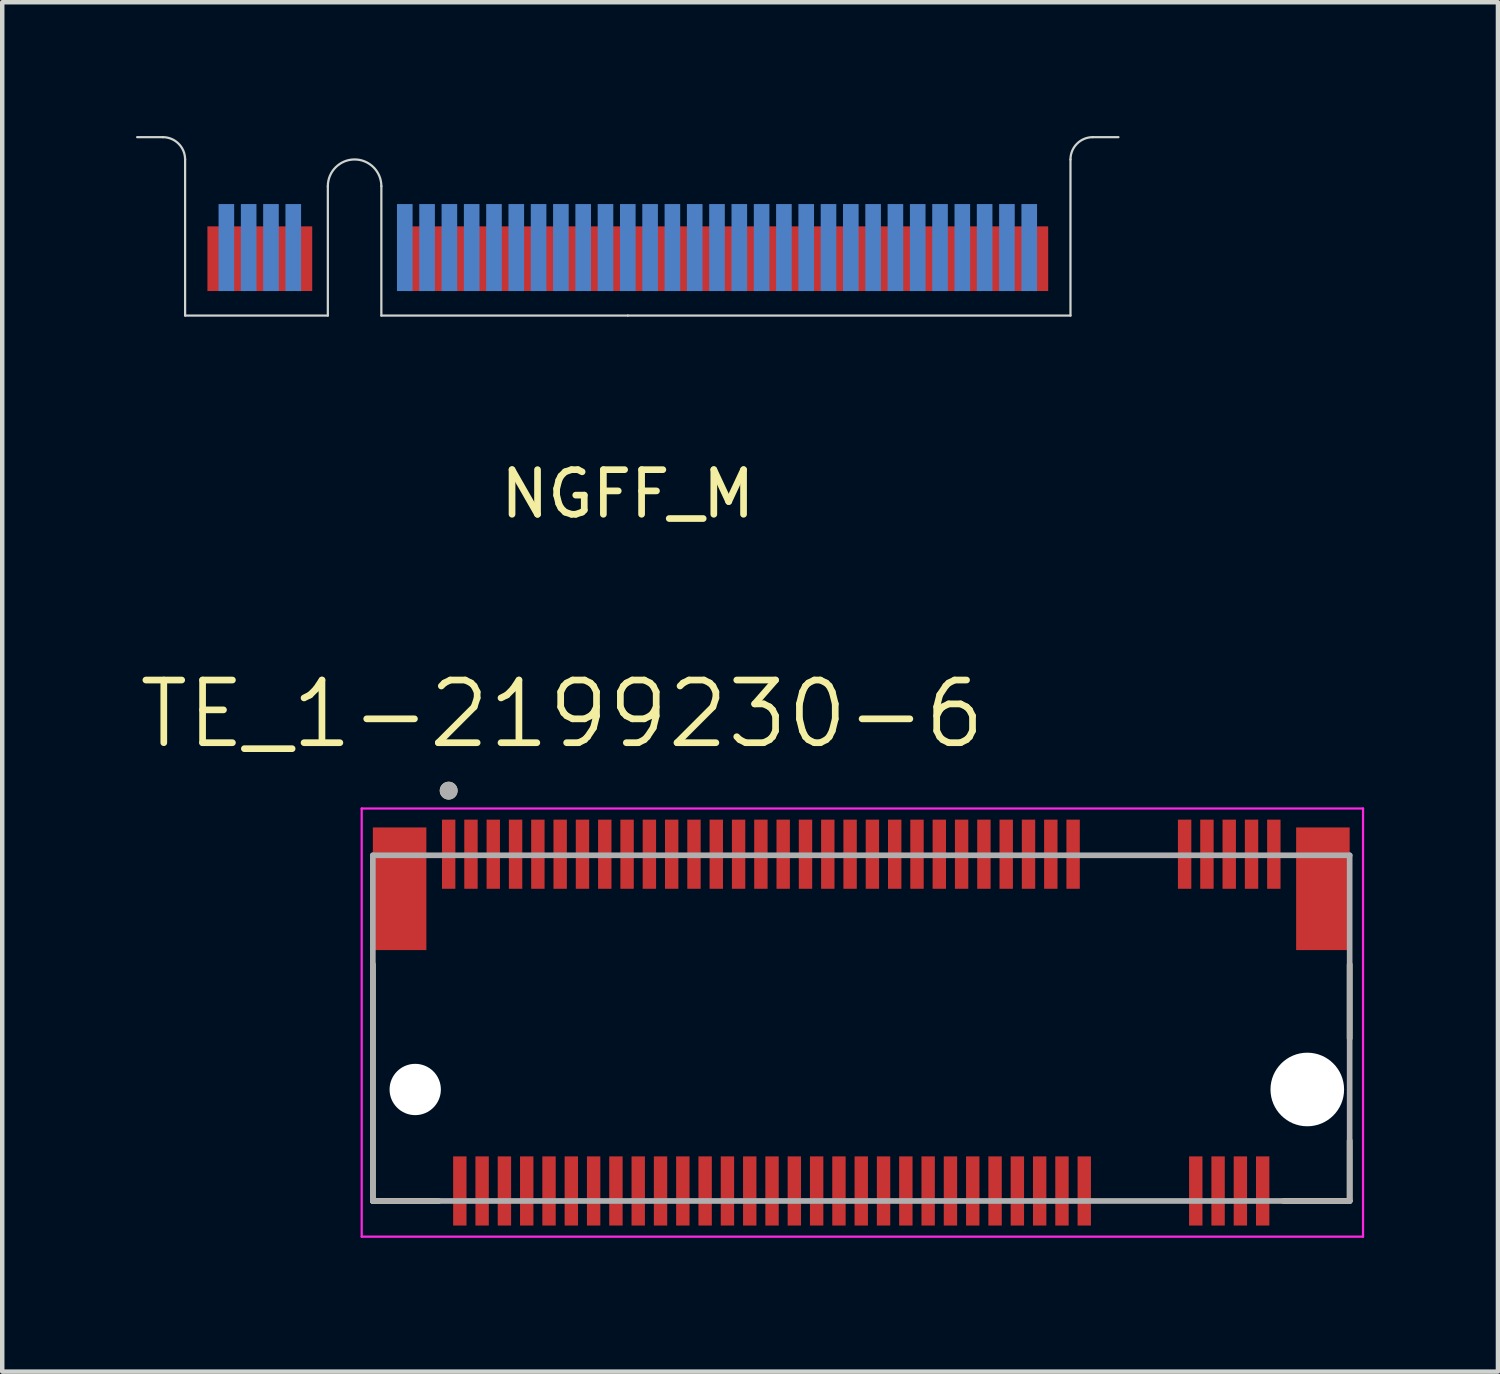
<source format=kicad_pcb>
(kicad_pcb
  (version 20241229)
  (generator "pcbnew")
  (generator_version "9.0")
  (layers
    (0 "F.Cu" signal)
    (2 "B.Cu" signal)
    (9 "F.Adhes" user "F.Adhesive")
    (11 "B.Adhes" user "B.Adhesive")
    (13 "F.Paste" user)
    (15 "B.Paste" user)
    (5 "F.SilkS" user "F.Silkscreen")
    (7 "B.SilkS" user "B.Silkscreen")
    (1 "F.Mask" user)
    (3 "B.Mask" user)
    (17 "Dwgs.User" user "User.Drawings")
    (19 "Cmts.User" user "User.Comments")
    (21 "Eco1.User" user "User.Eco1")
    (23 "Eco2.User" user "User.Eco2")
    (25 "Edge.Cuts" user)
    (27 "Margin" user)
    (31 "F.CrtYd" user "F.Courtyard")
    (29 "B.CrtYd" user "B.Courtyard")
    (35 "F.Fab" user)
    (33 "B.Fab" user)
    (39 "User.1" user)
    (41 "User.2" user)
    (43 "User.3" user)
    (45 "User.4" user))
  (footprint "NGFF_M"
    (layer "F.Cu")
    (at 11.025 4.025)
    (property "Reference" "NGFF_M" (at 0 4 0) (layer "F.SilkS") (effects (font (size 1 1) (thickness 0.15))))
    (attr through_hole)
    (fp_poly (pts (xy -9.925 0) (xy -6.725 0) (xy -6.725 -2) (xy -9.925 -2)) (stroke (width 0.1) (type solid)) (fill yes) (layer "F.Mask"))
    (fp_poly (pts (xy -5.525 0) (xy 9.925 0) (xy 9.925 -2) (xy -5.525 -2)) (stroke (width 0.1) (type solid)) (fill yes) (layer "F.Mask"))
    (fp_poly (pts (xy -9.925 0) (xy -6.725 0) (xy -6.725 -2.5) (xy -9.925 -2.5)) (stroke (width 0.1) (type solid)) (fill yes) (layer "B.Mask"))
    (fp_poly (pts (xy -5.525 0) (xy 9.925 0) (xy 9.925 -2.5) (xy -5.525 -2.5)) (stroke (width 0.1) (type solid)) (fill yes) (layer "B.Mask"))
    (fp_line (start -11 -4) (end -10.425 -4) (stroke (width 0.05) (type solid)) (layer "Edge.Cuts"))
    (fp_line (start -9.925 -3.5) (end -9.925 0) (stroke (width 0.05) (type solid)) (layer "Edge.Cuts"))
    (fp_line (start -9.925 0) (end -6.725 0) (stroke (width 0.05) (type solid)) (layer "Edge.Cuts"))
    (fp_line (start -6.725 0) (end -6.725 -2.9) (stroke (width 0.05) (type solid)) (layer "Edge.Cuts"))
    (fp_line (start -5.525 -2.9) (end -5.525 0) (stroke (width 0.05) (type solid)) (layer "Edge.Cuts"))
    (fp_line (start -5.525 0) (end 0 0) (stroke (width 0.05) (type solid)) (layer "Edge.Cuts"))
    (fp_line (start 0 0) (end 9.925 0) (stroke (width 0.05) (type solid)) (layer "Edge.Cuts"))
    (fp_line (start 9.925 0) (end 9.925 -3.5) (stroke (width 0.05) (type solid)) (layer "Edge.Cuts"))
    (fp_line (start 10.425 -4) (end 11 -4) (stroke (width 0.05) (type solid)) (layer "Edge.Cuts"))
    (fp_arc (start -10.425 -4) (mid -10.071447 -3.853553) (end -9.925 -3.5) (stroke (width 0.05) (type solid)) (layer "Edge.Cuts"))
    (fp_arc (start -6.725 -2.9) (mid -6.125 -3.5) (end -5.525 -2.9) (stroke (width 0.05) (type solid)) (layer "Edge.Cuts"))
    (fp_arc (start 9.925 -3.5) (mid 10.071447 -3.853553) (end 10.425 -4) (stroke (width 0.05) (type solid)) (layer "Edge.Cuts"))
    (pad "1" smd rect (at 9.25 -1.275) (size 0.35 1.45) (layers "F.Cu"))
    (pad "2" smd rect (at 9 -1.525) (size 0.35 1.95) (layers "B.Cu"))
    (pad "3" smd rect (at 8.75 -1.275) (size 0.35 1.45) (layers "F.Cu"))
    (pad "4" smd rect (at 8.5 -1.525) (size 0.35 1.95) (layers "B.Cu"))
    (pad "5" smd rect (at 8.25 -1.275) (size 0.35 1.45) (layers "F.Cu"))
    (pad "6" smd rect (at 8 -1.525) (size 0.35 1.95) (layers "B.Cu"))
    (pad "7" smd rect (at 7.75 -1.275) (size 0.35 1.45) (layers "F.Cu"))
    (pad "8" smd rect (at 7.5 -1.525) (size 0.35 1.95) (layers "B.Cu"))
    (pad "9" smd rect (at 7.25 -1.275) (size 0.35 1.45) (layers "F.Cu"))
    (pad "10" smd rect (at 7 -1.525) (size 0.35 1.95) (layers "B.Cu"))
    (pad "11" smd rect (at 6.75 -1.275) (size 0.35 1.45) (layers "F.Cu"))
    (pad "12" smd rect (at 6.5 -1.525) (size 0.35 1.95) (layers "B.Cu"))
    (pad "13" smd rect (at 6.25 -1.275) (size 0.35 1.45) (layers "F.Cu"))
    (pad "14" smd rect (at 6 -1.525) (size 0.35 1.95) (layers "B.Cu"))
    (pad "15" smd rect (at 5.75 -1.275) (size 0.35 1.45) (layers "F.Cu"))
    (pad "16" smd rect (at 5.5 -1.525) (size 0.35 1.95) (layers "B.Cu"))
    (pad "17" smd rect (at 5.25 -1.275) (size 0.35 1.45) (layers "F.Cu"))
    (pad "18" smd rect (at 5 -1.525) (size 0.35 1.95) (layers "B.Cu"))
    (pad "19" smd rect (at 4.75 -1.275) (size 0.35 1.45) (layers "F.Cu"))
    (pad "20" smd rect (at 4.5 -1.525) (size 0.35 1.95) (layers "B.Cu"))
    (pad "21" smd rect (at 4.25 -1.275) (size 0.35 1.45) (layers "F.Cu"))
    (pad "22" smd rect (at 4 -1.525) (size 0.35 1.95) (layers "B.Cu"))
    (pad "23" smd rect (at 3.75 -1.275) (size 0.35 1.45) (layers "F.Cu"))
    (pad "24" smd rect (at 3.5 -1.525) (size 0.35 1.95) (layers "B.Cu"))
    (pad "25" smd rect (at 3.25 -1.275) (size 0.35 1.45) (layers "F.Cu"))
    (pad "26" smd rect (at 3 -1.525) (size 0.35 1.95) (layers "B.Cu"))
    (pad "27" smd rect (at 2.75 -1.275) (size 0.35 1.45) (layers "F.Cu"))
    (pad "28" smd rect (at 2.5 -1.525) (size 0.35 1.95) (layers "B.Cu"))
    (pad "29" smd rect (at 2.25 -1.275) (size 0.35 1.45) (layers "F.Cu"))
    (pad "30" smd rect (at 2 -1.525) (size 0.35 1.95) (layers "B.Cu"))
    (pad "31" smd rect (at 1.75 -1.275) (size 0.35 1.45) (layers "F.Cu"))
    (pad "32" smd rect (at 1.5 -1.525) (size 0.35 1.95) (layers "B.Cu"))
    (pad "33" smd rect (at 1.25 -1.275) (size 0.35 1.45) (layers "F.Cu"))
    (pad "34" smd rect (at 1 -1.525) (size 0.35 1.95) (layers "B.Cu"))
    (pad "35" smd rect (at 0.75 -1.275) (size 0.35 1.45) (layers "F.Cu"))
    (pad "36" smd rect (at 0.5 -1.525) (size 0.35 1.95) (layers "B.Cu"))
    (pad "37" smd rect (at 0.25 -1.275) (size 0.35 1.45) (layers "F.Cu"))
    (pad "38" smd rect (at 0 -1.525) (size 0.35 1.95) (layers "B.Cu"))
    (pad "39" smd rect (at -0.25 -1.275) (size 0.35 1.45) (layers "F.Cu"))
    (pad "40" smd rect (at -0.5 -1.525) (size 0.35 1.95) (layers "B.Cu"))
    (pad "41" smd rect (at -0.75 -1.275) (size 0.35 1.45) (layers "F.Cu"))
    (pad "42" smd rect (at -1 -1.525) (size 0.35 1.95) (layers "B.Cu"))
    (pad "43" smd rect (at -1.25 -1.275) (size 0.35 1.45) (layers "F.Cu"))
    (pad "44" smd rect (at -1.5 -1.525) (size 0.35 1.95) (layers "B.Cu"))
    (pad "45" smd rect (at -1.75 -1.275) (size 0.35 1.45) (layers "F.Cu"))
    (pad "46" smd rect (at -2 -1.525) (size 0.35 1.95) (layers "B.Cu"))
    (pad "47" smd rect (at -2.25 -1.275) (size 0.35 1.45) (layers "F.Cu"))
    (pad "48" smd rect (at -2.5 -1.525) (size 0.35 1.95) (layers "B.Cu"))
    (pad "49" smd rect (at -2.75 -1.275) (size 0.35 1.45) (layers "F.Cu"))
    (pad "50" smd rect (at -3 -1.525) (size 0.35 1.95) (layers "B.Cu"))
    (pad "51" smd rect (at -3.25 -1.275) (size 0.35 1.45) (layers "F.Cu"))
    (pad "52" smd rect (at -3.5 -1.525) (size 0.35 1.95) (layers "B.Cu"))
    (pad "53" smd rect (at -3.75 -1.275) (size 0.35 1.45) (layers "F.Cu"))
    (pad "54" smd rect (at -4 -1.525) (size 0.35 1.95) (layers "B.Cu"))
    (pad "55" smd rect (at -4.25 -1.275) (size 0.35 1.45) (layers "F.Cu"))
    (pad "56" smd rect (at -4.5 -1.525) (size 0.35 1.95) (layers "B.Cu"))
    (pad "57" smd rect (at -4.75 -1.275) (size 0.35 1.45) (layers "F.Cu"))
    (pad "58" smd rect (at -5 -1.525) (size 0.35 1.95) (layers "B.Cu"))
    (pad "67" smd rect (at -7.25 -1.275) (size 0.35 1.45) (layers "F.Cu"))
    (pad "68" smd rect (at -7.5 -1.525) (size 0.35 1.95) (layers "B.Cu"))
    (pad "69" smd rect (at -7.75 -1.275) (size 0.35 1.45) (layers "F.Cu"))
    (pad "70" smd rect (at -8 -1.525) (size 0.35 1.95) (layers "B.Cu"))
    (pad "71" smd rect (at -8.25 -1.275) (size 0.35 1.45) (layers "F.Cu"))
    (pad "72" smd rect (at -8.5 -1.525) (size 0.35 1.95) (layers "B.Cu"))
    (pad "73" smd rect (at -8.75 -1.275) (size 0.35 1.45) (layers "F.Cu"))
    (pad "74" smd rect (at -9 -1.525) (size 0.35 1.95) (layers "B.Cu"))
    (pad "75" smd rect (at -9.25 -1.275) (size 0.35 1.45) (layers "F.Cu")))
  (footprint "TE_1-2199230-6"
    (layer "F.Cu")
    (at 16.259 21.376)
    (property "Reference" "TE_1-2199230-6" (at -6.705 -8.417 0) (layer "F.SilkS") (effects (font (size 1.405 1.405) (thickness 0.15))))
    (attr smd)
    (fp_line (start -10.95 2.5) (end -10.95 -2.805) (stroke (width 0.127) (type solid)) (layer "F.SilkS"))
    (fp_line (start -9.47 2.5) (end -10.95 2.5) (stroke (width 0.127) (type solid)) (layer "F.SilkS"))
    (fp_line (start 10.95 -2.805) (end 10.95 -1.145) (stroke (width 0.127) (type solid)) (layer "F.SilkS"))
    (fp_line (start 10.95 2.5) (end 9.47 2.5) (stroke (width 0.127) (type solid)) (layer "F.SilkS"))
    (fp_line (start 10.95 2.5) (end 10.95 1.145) (stroke (width 0.127) (type solid)) (layer "F.SilkS"))
    (fp_circle (center -9.25 -6.7) (end -9.15 -6.7) (stroke (width 0.2) (type solid)) (fill no) (layer "F.SilkS"))
    (fp_line (start -11.2 -6.3) (end -11.2 3.3) (stroke (width 0.05) (type solid)) (layer "F.CrtYd"))
    (fp_line (start -11.2 3.3) (end 11.25 3.3) (stroke (width 0.05) (type solid)) (layer "F.CrtYd"))
    (fp_line (start 11.25 -6.3) (end -11.2 -6.3) (stroke (width 0.05) (type solid)) (layer "F.CrtYd"))
    (fp_line (start 11.25 3.3) (end 11.25 -6.3) (stroke (width 0.05) (type solid)) (layer "F.CrtYd"))
    (fp_line (start -10.95 -5.25) (end 10.95 -5.25) (stroke (width 0.127) (type solid)) (layer "F.Fab"))
    (fp_line (start -10.95 2.5) (end -10.95 -5.25) (stroke (width 0.127) (type solid)) (layer "F.Fab"))
    (fp_line (start 10.95 -5.25) (end 10.95 2.5) (stroke (width 0.127) (type solid)) (layer "F.Fab"))
    (fp_line (start 10.95 2.5) (end -10.95 2.5) (stroke (width 0.127) (type solid)) (layer "F.Fab"))
    (fp_circle (center -9.25 -6.7) (end -9.15 -6.7) (stroke (width 0.2) (type solid)) (fill no) (layer "F.Fab"))
    (pad "" np_thru_hole circle (at -10 0) (size 1.15 1.15) (drill 1.15) (layers "*.Cu" "*.Mask"))
    (pad "" np_thru_hole circle (at 10 0) (size 1.65 1.65) (drill 1.65) (layers "*.Cu" "*.Mask"))
    (pad "1" smd rect (at -9.25 -5.275) (size 0.3 1.55) (layers "F.Cu" "F.Mask" "F.Paste"))
    (pad "2" smd rect (at -9 2.275) (size 0.3 1.55) (layers "F.Cu" "F.Mask" "F.Paste"))
    (pad "3" smd rect (at -8.75 -5.275) (size 0.3 1.55) (layers "F.Cu" "F.Mask" "F.Paste"))
    (pad "4" smd rect (at -8.5 2.275) (size 0.3 1.55) (layers "F.Cu" "F.Mask" "F.Paste"))
    (pad "5" smd rect (at -8.25 -5.275) (size 0.3 1.55) (layers "F.Cu" "F.Mask" "F.Paste"))
    (pad "6" smd rect (at -8 2.275) (size 0.3 1.55) (layers "F.Cu" "F.Mask" "F.Paste"))
    (pad "7" smd rect (at -7.75 -5.275) (size 0.3 1.55) (layers "F.Cu" "F.Mask" "F.Paste"))
    (pad "8" smd rect (at -7.5 2.275) (size 0.3 1.55) (layers "F.Cu" "F.Mask" "F.Paste"))
    (pad "9" smd rect (at -7.25 -5.275) (size 0.3 1.55) (layers "F.Cu" "F.Mask" "F.Paste"))
    (pad "10" smd rect (at -7 2.275) (size 0.3 1.55) (layers "F.Cu" "F.Mask" "F.Paste"))
    (pad "11" smd rect (at -6.75 -5.275) (size 0.3 1.55) (layers "F.Cu" "F.Mask" "F.Paste"))
    (pad "12" smd rect (at -6.5 2.275) (size 0.3 1.55) (layers "F.Cu" "F.Mask" "F.Paste"))
    (pad "13" smd rect (at -6.25 -5.275) (size 0.3 1.55) (layers "F.Cu" "F.Mask" "F.Paste"))
    (pad "14" smd rect (at -6 2.275) (size 0.3 1.55) (layers "F.Cu" "F.Mask" "F.Paste"))
    (pad "15" smd rect (at -5.75 -5.275) (size 0.3 1.55) (layers "F.Cu" "F.Mask" "F.Paste"))
    (pad "16" smd rect (at -5.5 2.275) (size 0.3 1.55) (layers "F.Cu" "F.Mask" "F.Paste"))
    (pad "17" smd rect (at -5.25 -5.275) (size 0.3 1.55) (layers "F.Cu" "F.Mask" "F.Paste"))
    (pad "18" smd rect (at -5 2.275) (size 0.3 1.55) (layers "F.Cu" "F.Mask" "F.Paste"))
    (pad "19" smd rect (at -4.75 -5.275) (size 0.3 1.55) (layers "F.Cu" "F.Mask" "F.Paste"))
    (pad "20" smd rect (at -4.5 2.275) (size 0.3 1.55) (layers "F.Cu" "F.Mask" "F.Paste"))
    (pad "21" smd rect (at -4.25 -5.275) (size 0.3 1.55) (layers "F.Cu" "F.Mask" "F.Paste"))
    (pad "22" smd rect (at -4 2.275) (size 0.3 1.55) (layers "F.Cu" "F.Mask" "F.Paste"))
    (pad "23" smd rect (at -3.75 -5.275) (size 0.3 1.55) (layers "F.Cu" "F.Mask" "F.Paste"))
    (pad "24" smd rect (at -3.5 2.275) (size 0.3 1.55) (layers "F.Cu" "F.Mask" "F.Paste"))
    (pad "25" smd rect (at -3.25 -5.275) (size 0.3 1.55) (layers "F.Cu" "F.Mask" "F.Paste"))
    (pad "26" smd rect (at -3 2.275) (size 0.3 1.55) (layers "F.Cu" "F.Mask" "F.Paste"))
    (pad "27" smd rect (at -2.75 -5.275) (size 0.3 1.55) (layers "F.Cu" "F.Mask" "F.Paste"))
    (pad "28" smd rect (at -2.5 2.275) (size 0.3 1.55) (layers "F.Cu" "F.Mask" "F.Paste"))
    (pad "29" smd rect (at -2.25 -5.275) (size 0.3 1.55) (layers "F.Cu" "F.Mask" "F.Paste"))
    (pad "30" smd rect (at -2 2.275) (size 0.3 1.55) (layers "F.Cu" "F.Mask" "F.Paste"))
    (pad "31" smd rect (at -1.75 -5.275) (size 0.3 1.55) (layers "F.Cu" "F.Mask" "F.Paste"))
    (pad "32" smd rect (at -1.5 2.275) (size 0.3 1.55) (layers "F.Cu" "F.Mask" "F.Paste"))
    (pad "33" smd rect (at -1.25 -5.275) (size 0.3 1.55) (layers "F.Cu" "F.Mask" "F.Paste"))
    (pad "34" smd rect (at -1 2.275) (size 0.3 1.55) (layers "F.Cu" "F.Mask" "F.Paste"))
    (pad "35" smd rect (at -0.75 -5.275) (size 0.3 1.55) (layers "F.Cu" "F.Mask" "F.Paste"))
    (pad "36" smd rect (at -0.5 2.275) (size 0.3 1.55) (layers "F.Cu" "F.Mask" "F.Paste"))
    (pad "37" smd rect (at -0.25 -5.275) (size 0.3 1.55) (layers "F.Cu" "F.Mask" "F.Paste"))
    (pad "38" smd rect (at 0 2.275) (size 0.3 1.55) (layers "F.Cu" "F.Mask" "F.Paste"))
    (pad "39" smd rect (at 0.25 -5.275) (size 0.3 1.55) (layers "F.Cu" "F.Mask" "F.Paste"))
    (pad "40" smd rect (at 0.5 2.275) (size 0.3 1.55) (layers "F.Cu" "F.Mask" "F.Paste"))
    (pad "41" smd rect (at 0.75 -5.275) (size 0.3 1.55) (layers "F.Cu" "F.Mask" "F.Paste"))
    (pad "42" smd rect (at 1 2.275) (size 0.3 1.55) (layers "F.Cu" "F.Mask" "F.Paste"))
    (pad "43" smd rect (at 1.25 -5.275) (size 0.3 1.55) (layers "F.Cu" "F.Mask" "F.Paste"))
    (pad "44" smd rect (at 1.5 2.275) (size 0.3 1.55) (layers "F.Cu" "F.Mask" "F.Paste"))
    (pad "45" smd rect (at 1.75 -5.275) (size 0.3 1.55) (layers "F.Cu" "F.Mask" "F.Paste"))
    (pad "46" smd rect (at 2 2.275) (size 0.3 1.55) (layers "F.Cu" "F.Mask" "F.Paste"))
    (pad "47" smd rect (at 2.25 -5.275) (size 0.3 1.55) (layers "F.Cu" "F.Mask" "F.Paste"))
    (pad "48" smd rect (at 2.5 2.275) (size 0.3 1.55) (layers "F.Cu" "F.Mask" "F.Paste"))
    (pad "49" smd rect (at 2.75 -5.275) (size 0.3 1.55) (layers "F.Cu" "F.Mask" "F.Paste"))
    (pad "50" smd rect (at 3 2.275) (size 0.3 1.55) (layers "F.Cu" "F.Mask" "F.Paste"))
    (pad "51" smd rect (at 3.25 -5.275) (size 0.3 1.55) (layers "F.Cu" "F.Mask" "F.Paste"))
    (pad "52" smd rect (at 3.5 2.275) (size 0.3 1.55) (layers "F.Cu" "F.Mask" "F.Paste"))
    (pad "53" smd rect (at 3.75 -5.275) (size 0.3 1.55) (layers "F.Cu" "F.Mask" "F.Paste"))
    (pad "54" smd rect (at 4 2.275) (size 0.3 1.55) (layers "F.Cu" "F.Mask" "F.Paste"))
    (pad "55" smd rect (at 4.25 -5.275) (size 0.3 1.55) (layers "F.Cu" "F.Mask" "F.Paste"))
    (pad "56" smd rect (at 4.5 2.275) (size 0.3 1.55) (layers "F.Cu" "F.Mask" "F.Paste"))
    (pad "57" smd rect (at 4.75 -5.275) (size 0.3 1.55) (layers "F.Cu" "F.Mask" "F.Paste"))
    (pad "58" smd rect (at 5 2.275) (size 0.3 1.55) (layers "F.Cu" "F.Mask" "F.Paste"))
    (pad "67" smd rect (at 7.25 -5.275) (size 0.3 1.55) (layers "F.Cu" "F.Mask" "F.Paste"))
    (pad "68" smd rect (at 7.5 2.275) (size 0.3 1.55) (layers "F.Cu" "F.Mask" "F.Paste"))
    (pad "69" smd rect (at 7.75 -5.275) (size 0.3 1.55) (layers "F.Cu" "F.Mask" "F.Paste"))
    (pad "70" smd rect (at 8 2.275) (size 0.3 1.55) (layers "F.Cu" "F.Mask" "F.Paste"))
    (pad "71" smd rect (at 8.25 -5.275) (size 0.3 1.55) (layers "F.Cu" "F.Mask" "F.Paste"))
    (pad "72" smd rect (at 8.5 2.275) (size 0.3 1.55) (layers "F.Cu" "F.Mask" "F.Paste"))
    (pad "73" smd rect (at 8.75 -5.275) (size 0.3 1.55) (layers "F.Cu" "F.Mask" "F.Paste"))
    (pad "74" smd rect (at 9 2.275) (size 0.3 1.55) (layers "F.Cu" "F.Mask" "F.Paste"))
    (pad "75" smd rect (at 9.25 -5.275) (size 0.3 1.55) (layers "F.Cu" "F.Mask" "F.Paste"))
    (pad "S1" smd rect (at -10.35 -4.5) (size 1.2 2.75) (layers "F.Cu" "F.Mask" "F.Paste"))
    (pad "S2" smd rect (at 10.35 -4.5) (size 1.2 2.75) (layers "F.Cu" "F.Mask" "F.Paste")))
  (gr_rect
    (start -3 -3)
    (end 30.534 27.701)
    (stroke (width 0.1) (type default))
    (fill no)
    (layer "Edge.Cuts")))
</source>
